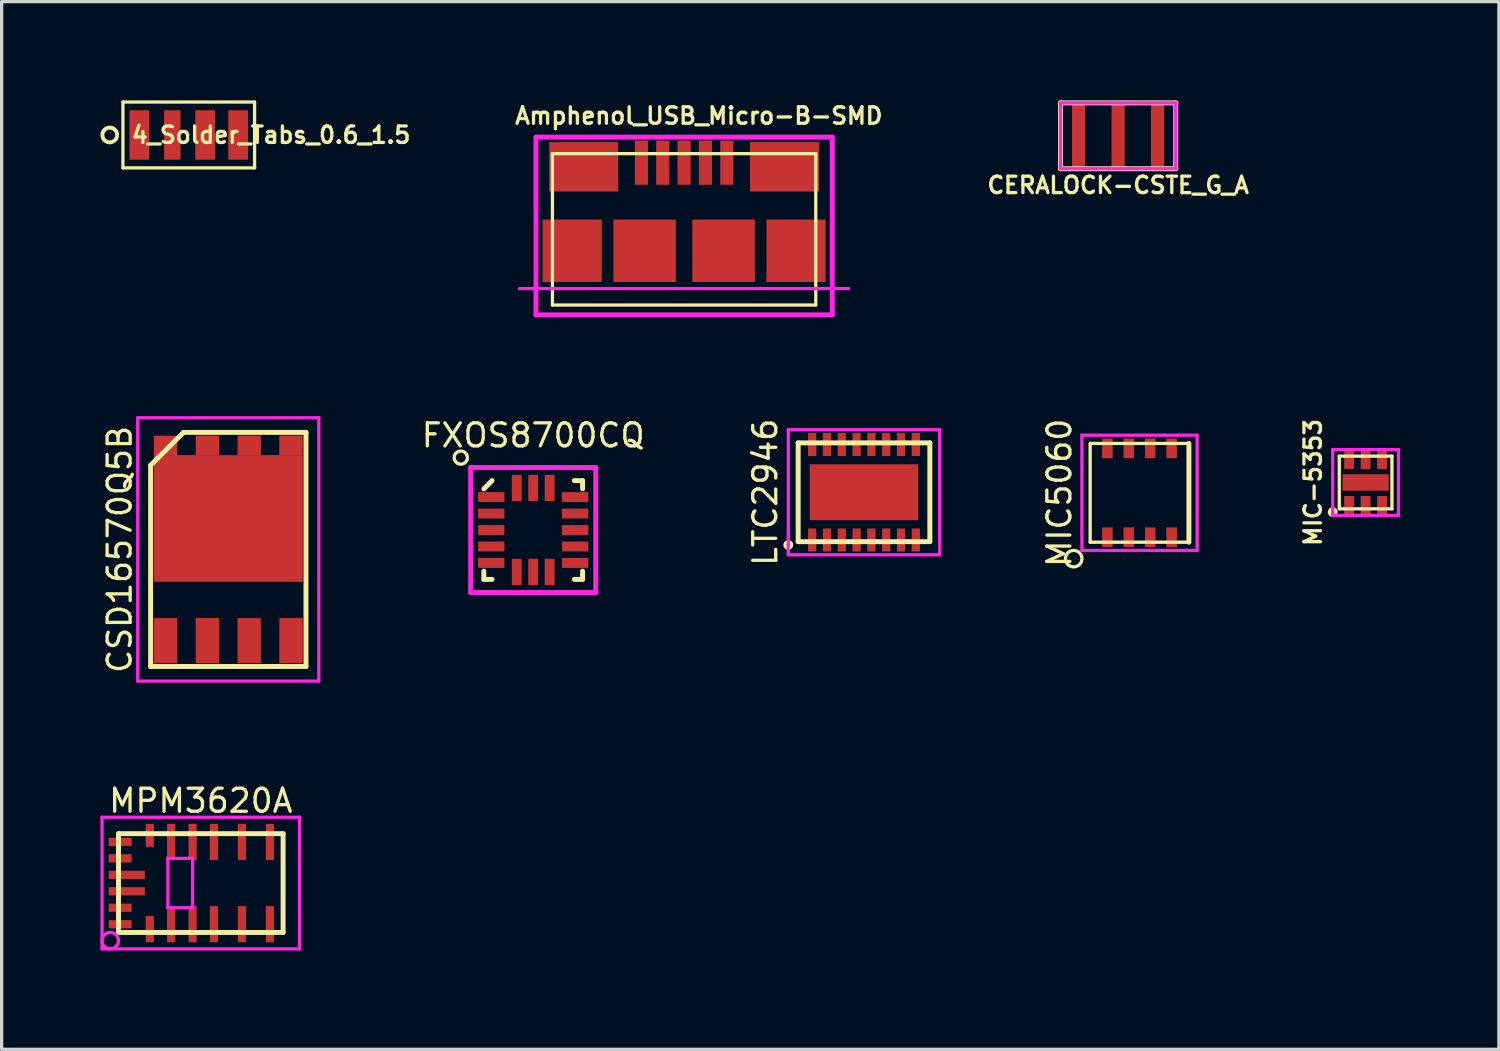
<source format=kicad_pcb>
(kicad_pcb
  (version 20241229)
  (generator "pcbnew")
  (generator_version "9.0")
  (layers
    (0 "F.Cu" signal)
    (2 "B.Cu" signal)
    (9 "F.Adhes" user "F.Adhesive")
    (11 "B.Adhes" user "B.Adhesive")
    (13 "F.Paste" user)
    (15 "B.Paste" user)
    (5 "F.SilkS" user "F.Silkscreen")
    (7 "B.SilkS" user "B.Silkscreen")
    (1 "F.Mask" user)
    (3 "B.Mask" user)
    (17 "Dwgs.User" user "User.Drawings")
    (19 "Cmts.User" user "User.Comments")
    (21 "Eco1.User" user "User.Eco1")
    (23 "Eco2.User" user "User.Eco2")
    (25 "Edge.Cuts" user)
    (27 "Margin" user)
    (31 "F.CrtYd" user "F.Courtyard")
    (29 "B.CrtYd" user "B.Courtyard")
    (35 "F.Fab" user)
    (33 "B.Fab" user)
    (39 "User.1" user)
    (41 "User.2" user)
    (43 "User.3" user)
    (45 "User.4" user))
  (footprint "LTC2946"
    (layer "F.Cu")
    (at 23.197 11.904)
    (property "Reference" "LTC2946" (at -3 0 90) (layer "F.SilkS") (effects (font (size 0.7 0.7) (thickness 0.1))))
    (attr through_hole)
    (fp_line (start -2 -1.5) (end -2 1.5) (stroke (width 0.15) (type solid)) (layer "F.SilkS"))
    (fp_line (start -2 1.5) (end 2 1.5) (stroke (width 0.15) (type solid)) (layer "F.SilkS"))
    (fp_line (start 2 -1.5) (end -2 -1.5) (stroke (width 0.15) (type solid)) (layer "F.SilkS"))
    (fp_line (start 2 1.5) (end 2 -1.5) (stroke (width 0.15) (type solid)) (layer "F.SilkS"))
    (fp_circle (center -2.3 1.6) (end -2.4 1.6) (stroke (width 0.1) (type solid)) (fill no) (layer "F.SilkS"))
    (fp_line (start -2.3 -1.9) (end 2.3 -1.9) (stroke (width 0.1) (type solid)) (layer "F.CrtYd"))
    (fp_line (start -2.3 1.9) (end -2.3 -1.9) (stroke (width 0.1) (type solid)) (layer "F.CrtYd"))
    (fp_line (start 2.3 -1.9) (end 2.3 1.9) (stroke (width 0.1) (type solid)) (layer "F.CrtYd"))
    (fp_line (start 2.3 1.9) (end -2.3 1.9) (stroke (width 0.1) (type solid)) (layer "F.CrtYd"))
    (pad "1" smd rect (at -1.575 1.45) (size 0.25 0.7) (layers "F.Cu" "F.Mask" "F.Paste"))
    (pad "2" smd rect (at -1.125 1.45) (size 0.25 0.7) (layers "F.Cu" "F.Mask" "F.Paste"))
    (pad "3" smd rect (at -0.675 1.45) (size 0.25 0.7) (layers "F.Cu" "F.Mask" "F.Paste"))
    (pad "4" smd rect (at -0.225 1.45) (size 0.25 0.7) (layers "F.Cu" "F.Mask" "F.Paste"))
    (pad "5" smd rect (at 0.225 1.45) (size 0.25 0.7) (layers "F.Cu" "F.Mask" "F.Paste"))
    (pad "6" smd rect (at 0.675 1.45) (size 0.25 0.7) (layers "F.Cu" "F.Mask" "F.Paste"))
    (pad "7" smd rect (at 1.125 1.45) (size 0.25 0.7) (layers "F.Cu" "F.Mask" "F.Paste"))
    (pad "8" smd rect (at 1.575 1.45) (size 0.25 0.7) (layers "F.Cu" "F.Mask" "F.Paste"))
    (pad "9" smd rect (at 1.575 -1.45) (size 0.25 0.7) (layers "F.Cu" "F.Mask" "F.Paste"))
    (pad "10" smd rect (at 1.125 -1.45) (size 0.25 0.7) (layers "F.Cu" "F.Mask" "F.Paste"))
    (pad "11" smd rect (at 0.675 -1.45) (size 0.25 0.7) (layers "F.Cu" "F.Mask" "F.Paste"))
    (pad "12" smd rect (at 0.225 -1.45) (size 0.25 0.7) (layers "F.Cu" "F.Mask" "F.Paste"))
    (pad "13" smd rect (at -0.225 -1.45) (size 0.25 0.7) (layers "F.Cu" "F.Mask" "F.Paste"))
    (pad "14" smd rect (at -0.675 -1.45) (size 0.25 0.7) (layers "F.Cu" "F.Mask" "F.Paste"))
    (pad "15" smd rect (at -1.125 -1.45) (size 0.25 0.7) (layers "F.Cu" "F.Mask" "F.Paste"))
    (pad "16" smd rect (at -1.575 -1.45) (size 0.25 0.7) (layers "F.Cu" "F.Mask" "F.Paste"))
    (pad "17" smd rect (at 0 0) (size 3.3 1.7) (layers "F.Cu" "F.Mask" "F.Paste")))
  (footprint "CSD16570Q5B"
    (layer "F.Cu")
    (at 3.885 13.641)
    (property "Reference" "CSD16570Q5B" (at -3.3 0 90) (layer "F.SilkS") (effects (font (size 0.7 0.7) (thickness 0.1))))
    (attr through_hole)
    (fp_line (start -2.36 -2.556) (end -2.36 3.556) (stroke (width 0.15) (type solid)) (layer "F.SilkS"))
    (fp_line (start -2.36 3.556) (end 2.36 3.556) (stroke (width 0.15) (type solid)) (layer "F.SilkS"))
    (fp_line (start -1.36 -3.556) (end -2.36 -2.556) (stroke (width 0.15) (type solid)) (layer "F.SilkS"))
    (fp_line (start 2.36 -3.556) (end -1.36 -3.556) (stroke (width 0.15) (type solid)) (layer "F.SilkS"))
    (fp_line (start 2.36 3.556) (end 2.36 -3.556) (stroke (width 0.15) (type solid)) (layer "F.SilkS"))
    (fp_line (start -2.75 -4) (end 2.75 -4) (stroke (width 0.1) (type solid)) (layer "F.CrtYd"))
    (fp_line (start -2.75 4) (end -2.75 -4) (stroke (width 0.1) (type solid)) (layer "F.CrtYd"))
    (fp_line (start 2.75 -4) (end 2.75 4) (stroke (width 0.1) (type solid)) (layer "F.CrtYd"))
    (fp_line (start 2.75 4) (end -2.75 4) (stroke (width 0.1) (type solid)) (layer "F.CrtYd"))
    (pad "1" smd rect (at -1.905 2.77) (size 0.71 1.372) (layers "F.Cu" "F.Mask" "F.Paste"))
    (pad "2" smd rect (at -0.635 2.77) (size 0.71 1.372) (layers "F.Cu" "F.Mask" "F.Paste"))
    (pad "3" smd rect (at 0.635 2.77) (size 0.71 1.372) (layers "F.Cu" "F.Mask" "F.Paste"))
    (pad "4" smd rect (at 1.905 2.77) (size 0.71 1.372) (layers "F.Cu" "F.Mask" "F.Paste"))
    (pad "5" smd rect (at 1.905 -3.161) (size 0.71 0.59) (layers "F.Cu" "F.Mask" "F.Paste"))
    (pad "6" smd rect (at 0.635 -3.161) (size 0.71 0.59) (layers "F.Cu" "F.Mask" "F.Paste"))
    (pad "7" smd rect (at -0.635 -3.161) (size 0.71 0.59) (layers "F.Cu" "F.Mask" "F.Paste"))
    (pad "8" smd rect (at -1.905 -3.161) (size 0.71 0.59) (layers "F.Cu" "F.Mask" "F.Paste"))
    (pad "9" smd rect (at 0 -0.941) (size 4.52 3.85) (layers "F.Cu" "F.Mask" "F.Paste")))
  (footprint "CERALOCK-CSTE_G_A"
    (layer "F.Cu")
    (at 30.917 1.075)
    (property "Reference" "CERALOCK-CSTE_G_A" (at 0 1.5 0) (layer "F.SilkS") (effects (font (size 0.5 0.5) (thickness 0.1))))
    (attr through_hole)
    (fp_line (start -1.75 -1) (end -1.75 1) (stroke (width 0.15) (type solid)) (layer "F.SilkS"))
    (fp_line (start -1.75 1) (end 1.75 1) (stroke (width 0.15) (type solid)) (layer "F.SilkS"))
    (fp_line (start 1.75 -1) (end -1.75 -1) (stroke (width 0.15) (type solid)) (layer "F.SilkS"))
    (fp_line (start 1.75 1) (end 1.75 -1) (stroke (width 0.15) (type solid)) (layer "F.SilkS"))
    (fp_line (start -1.75 -1) (end 1.75 -1) (stroke (width 0.1) (type solid)) (layer "F.CrtYd"))
    (fp_line (start -1.75 1) (end -1.75 -1) (stroke (width 0.1) (type solid)) (layer "F.CrtYd"))
    (fp_line (start 1.75 -1) (end 1.75 1) (stroke (width 0.1) (type solid)) (layer "F.CrtYd"))
    (fp_line (start 1.75 1) (end -1.75 1) (stroke (width 0.1) (type solid)) (layer "F.CrtYd"))
    (pad "1" smd rect (at -1.2 0) (size 0.4 2) (layers "F.Cu" "F.Mask" "F.Paste"))
    (pad "2" smd rect (at 0 0) (size 0.4 2) (layers "F.Cu" "F.Mask" "F.Paste"))
    (pad "3" smd rect (at 1.2 0) (size 0.4 2) (layers "F.Cu" "F.Mask" "F.Paste")))
  (footprint "MIC-5353"
    (layer "F.Cu")
    (at 38.435 11.607)
    (property "Reference" "MIC-5353" (at -1.6 0 90) (layer "F.SilkS") (effects (font (size 0.5 0.5) (thickness 0.1))))
    (attr through_hole)
    (fp_line (start -0.8 -0.8) (end -0.8 0.8) (stroke (width 0.1) (type solid)) (layer "F.SilkS"))
    (fp_line (start -0.8 0.8) (end 0.8 0.8) (stroke (width 0.1) (type solid)) (layer "F.SilkS"))
    (fp_line (start 0.8 -0.8) (end -0.8 -0.8) (stroke (width 0.1) (type solid)) (layer "F.SilkS"))
    (fp_line (start 0.8 0.8) (end 0.8 -0.8) (stroke (width 0.1) (type solid)) (layer "F.SilkS"))
    (fp_circle (center -1 0.9) (end -1.1 0.9) (stroke (width 0.1) (type solid)) (fill no) (layer "F.SilkS"))
    (fp_line (start -1 -1) (end 1 -1) (stroke (width 0.1) (type solid)) (layer "F.CrtYd"))
    (fp_line (start -1 1) (end -1 -1) (stroke (width 0.1) (type solid)) (layer "F.CrtYd"))
    (fp_line (start 1 -1) (end 1 1) (stroke (width 0.1) (type solid)) (layer "F.CrtYd"))
    (fp_line (start 1 1) (end -1 1) (stroke (width 0.1) (type solid)) (layer "F.CrtYd"))
    (pad "1" smd rect (at -0.5 0.71) (size 0.3 0.6) (layers "F.Cu" "F.Mask" "F.Paste"))
    (pad "2" smd rect (at 0 0.71) (size 0.3 0.6) (layers "F.Cu" "F.Mask" "F.Paste"))
    (pad "3" smd rect (at 0.5 0.71) (size 0.3 0.6) (layers "F.Cu" "F.Mask" "F.Paste"))
    (pad "4" smd rect (at 0.5 -0.71) (size 0.3 0.6) (layers "F.Cu" "F.Mask" "F.Paste"))
    (pad "5" smd rect (at 0 -0.71) (size 0.3 0.6) (layers "F.Cu" "F.Mask" "F.Paste"))
    (pad "6" smd rect (at -0.5 -0.71) (size 0.3 0.6) (layers "F.Cu" "F.Mask" "F.Paste"))
    (pad "7" smd rect (at 0 0) (size 1.4 0.5) (layers "F.Cu" "F.Mask" "F.Paste")))
  (footprint "MIC5060"
    (layer "F.Cu")
    (at 31.567 11.921)
    (property "Reference" "MIC5060" (at -2.435 0 90) (layer "F.SilkS") (effects (font (size 0.7 0.7) (thickness 0.1))))
    (attr through_hole)
    (fp_line (start -1.5 -1.5) (end -1.5 1.5) (stroke (width 0.1) (type solid)) (layer "F.SilkS"))
    (fp_line (start -1.5 1.5) (end 1.5 1.5) (stroke (width 0.1) (type solid)) (layer "F.SilkS"))
    (fp_line (start 1.5 -1.5) (end -1.5 -1.5) (stroke (width 0.1) (type solid)) (layer "F.SilkS"))
    (fp_line (start 1.5 1.5) (end 1.5 -1.5) (stroke (width 0.15) (type solid)) (layer "F.SilkS"))
    (fp_circle (center -2 2) (end -1.75 2) (stroke (width 0.1) (type solid)) (fill no) (layer "F.SilkS"))
    (fp_line (start -1.75 -1.75) (end 1.75 -1.75) (stroke (width 0.1) (type solid)) (layer "F.CrtYd"))
    (fp_line (start -1.75 1.75) (end -1.75 -1.75) (stroke (width 0.1) (type solid)) (layer "F.CrtYd"))
    (fp_line (start 1.75 -1.75) (end 1.75 1.75) (stroke (width 0.1) (type solid)) (layer "F.CrtYd"))
    (fp_line (start 1.75 1.75) (end -1.75 1.75) (stroke (width 0.1) (type solid)) (layer "F.CrtYd"))
    (pad "1" smd rect (at -0.975 1.35) (size 0.32 0.6) (layers "F.Cu" "F.Mask" "F.Paste"))
    (pad "2" smd rect (at -0.325 1.35) (size 0.32 0.6) (layers "F.Cu" "F.Mask" "F.Paste"))
    (pad "3" smd rect (at 0.325 1.35) (size 0.32 0.6) (layers "F.Cu" "F.Mask" "F.Paste"))
    (pad "4" smd rect (at 0.975 1.35) (size 0.32 0.6) (layers "F.Cu" "F.Mask" "F.Paste"))
    (pad "5" smd rect (at 0.975 -1.35) (size 0.32 0.6) (layers "F.Cu" "F.Mask" "F.Paste"))
    (pad "6" smd rect (at 0.325 -1.35) (size 0.32 0.6) (layers "F.Cu" "F.Mask" "F.Paste"))
    (pad "7" smd rect (at -0.325 -1.35) (size 0.32 0.6) (layers "F.Cu" "F.Mask" "F.Paste"))
    (pad "8" smd rect (at -0.975 -1.35) (size 0.32 0.6) (layers "F.Cu" "F.Mask" "F.Paste")))
  (footprint "FXOS8700CQ"
    (layer "F.Cu")
    (at 13.148 13.051)
    (property "Reference" "FXOS8700CQ" (at 0 -2.875 0) (layer "F.SilkS") (effects (font (size 0.7 0.7) (thickness 0.1))))
    (attr through_hole)
    (fp_line (start -1.5 -1.25) (end -1.25 -1.5) (stroke (width 0.15) (type solid)) (layer "F.SilkS"))
    (fp_line (start -1.5 1.5) (end -1.5 1.25) (stroke (width 0.15) (type solid)) (layer "F.SilkS"))
    (fp_line (start -1.25 1.5) (end -1.5 1.5) (stroke (width 0.15) (type solid)) (layer "F.SilkS"))
    (fp_line (start 1.25 -1.5) (end 1.5 -1.5) (stroke (width 0.15) (type solid)) (layer "F.SilkS"))
    (fp_line (start 1.25 1.5) (end 1.5 1.5) (stroke (width 0.15) (type solid)) (layer "F.SilkS"))
    (fp_line (start 1.5 -1.5) (end 1.5 -1.25) (stroke (width 0.15) (type solid)) (layer "F.SilkS"))
    (fp_line (start 1.5 1.5) (end 1.5 1.25) (stroke (width 0.15) (type solid)) (layer "F.SilkS"))
    (fp_circle (center -2.2 -2.2) (end -2.4 -2.2) (stroke (width 0.1) (type solid)) (fill no) (layer "F.SilkS"))
    (fp_line (start -1.9 -1.9) (end 1.9 -1.9) (stroke (width 0.15) (type solid)) (layer "F.CrtYd"))
    (fp_line (start -1.9 1.9) (end -1.9 -1.9) (stroke (width 0.15) (type solid)) (layer "F.CrtYd"))
    (fp_line (start 1.9 -1.9) (end 1.9 1.9) (stroke (width 0.15) (type solid)) (layer "F.CrtYd"))
    (fp_line (start 1.9 1.9) (end -1.9 1.9) (stroke (width 0.15) (type solid)) (layer "F.CrtYd"))
    (pad "1" smd rect (at -1.275 -1 90) (size 0.3 0.8) (layers "F.Cu" "F.Mask" "F.Paste"))
    (pad "2" smd rect (at -1.275 -0.5 90) (size 0.3 0.8) (layers "F.Cu" "F.Mask" "F.Paste"))
    (pad "3" smd rect (at -1.275 0 90) (size 0.3 0.8) (layers "F.Cu" "F.Mask" "F.Paste"))
    (pad "4" smd rect (at -1.275 0.5 90) (size 0.3 0.8) (layers "F.Cu" "F.Mask" "F.Paste"))
    (pad "5" smd rect (at -1.275 1 90) (size 0.3 0.8) (layers "F.Cu" "F.Mask" "F.Paste"))
    (pad "6" smd rect (at -0.5 1.275) (size 0.3 0.8) (layers "F.Cu" "F.Mask" "F.Paste"))
    (pad "7" smd rect (at 0 1.275) (size 0.3 0.8) (layers "F.Cu" "F.Mask" "F.Paste"))
    (pad "8" smd rect (at 0.5 1.275) (size 0.3 0.8) (layers "F.Cu" "F.Mask" "F.Paste"))
    (pad "9" smd rect (at 1.275 1 90) (size 0.3 0.8) (layers "F.Cu" "F.Mask" "F.Paste"))
    (pad "10" smd rect (at 1.275 0.5 90) (size 0.3 0.8) (layers "F.Cu" "F.Mask" "F.Paste"))
    (pad "11" smd rect (at 1.275 0 90) (size 0.3 0.8) (layers "F.Cu" "F.Mask" "F.Paste"))
    (pad "12" smd rect (at 1.275 -0.5 90) (size 0.3 0.8) (layers "F.Cu" "F.Mask" "F.Paste"))
    (pad "13" smd rect (at 1.275 -1 90) (size 0.3 0.8) (layers "F.Cu" "F.Mask" "F.Paste"))
    (pad "14" smd rect (at 0.5 -1.275) (size 0.3 0.8) (layers "F.Cu" "F.Mask" "F.Paste"))
    (pad "15" smd rect (at 0 -1.275) (size 0.3 0.8) (layers "F.Cu" "F.Mask" "F.Paste"))
    (pad "16" smd rect (at -0.5 -1.275) (size 0.3 0.8) (layers "F.Cu" "F.Mask" "F.Paste")))
  (footprint "Amphenol_USB_Micro-B-SMD"
    (layer "F.Cu")
    (at 17.732 6.016)
    (property "Reference" "Amphenol_USB_Micro-B-SMD" (at 0.449 -5.548 0) (layer "F.SilkS") (effects (font (size 0.5 0.5) (thickness 0.1))))
    (attr through_hole)
    (fp_line (start -4 -4.399) (end 4 -4.399) (stroke (width 0.099) (type solid)) (layer "F.SilkS"))
    (fp_line (start -4 0.2) (end -4 -4.399) (stroke (width 0.099) (type solid)) (layer "F.SilkS"))
    (fp_line (start 4 0.2) (end -4 0.2) (stroke (width 0.099) (type solid)) (layer "F.SilkS"))
    (fp_line (start 4 -4.399) (end 4 0.2) (stroke (width 0.099) (type solid)) (layer "F.SilkS"))
    (fp_line (start -5 -0.3) (end 5 -0.3) (stroke (width 0.1) (type solid)) (layer "F.CrtYd"))
    (fp_line (start -4.5 -4.9) (end -4.5 0.5) (stroke (width 0.15) (type solid)) (layer "F.CrtYd"))
    (fp_line (start -4.5 0.5) (end 4.5 0.5) (stroke (width 0.15) (type solid)) (layer "F.CrtYd"))
    (fp_line (start 4.5 -4.9) (end -4.5 -4.9) (stroke (width 0.15) (type solid)) (layer "F.CrtYd"))
    (fp_line (start 4.5 0.5) (end 4.5 -4.9) (stroke (width 0.15) (type solid)) (layer "F.CrtYd"))
    (pad "1" smd rect (at -1.298 -4.125) (size 0.399 1.346) (layers "F.Cu" "F.Mask" "F.Paste"))
    (pad "2" smd rect (at -0.648 -4.125) (size 0.399 1.346) (layers "F.Cu" "F.Mask" "F.Paste"))
    (pad "3" smd rect (at 0 -4.125) (size 0.399 1.346) (layers "F.Cu" "F.Mask" "F.Paste"))
    (pad "4" smd rect (at 0.648 -4.125) (size 0.399 1.346) (layers "F.Cu" "F.Mask" "F.Paste"))
    (pad "5" smd rect (at 1.298 -4.125) (size 0.399 1.346) (layers "F.Cu" "F.Mask" "F.Paste"))
    (pad "6" smd rect (at -3.4 -1.448) (size 1.796 1.897) (layers "F.Cu" "F.Mask" "F.Paste"))
    (pad "6" smd rect (at -3.05 -3.998) (size 2.095 1.5) (layers "F.Cu" "F.Mask" "F.Paste"))
    (pad "6" smd rect (at -1.199 -1.448) (size 1.897 1.897) (layers "F.Cu" "F.Mask" "F.Paste"))
    (pad "6" smd rect (at 1.199 -1.448) (size 1.9 1.897) (layers "F.Cu" "F.Mask" "F.Paste"))
    (pad "6" smd rect (at 3.05 -3.998) (size 2.095 1.5) (layers "F.Cu" "F.Mask" "F.Paste"))
    (pad "6" smd rect (at 3.4 -1.448) (size 1.796 1.897) (layers "F.Cu" "F.Mask" "F.Paste")))
  (footprint "MPM3620A"
    (layer "F.Cu")
    (at 3.05 23.776)
    (property "Reference" "MPM3620A" (at 0 -2.5 180) (layer "F.SilkS") (effects (font (size 0.7 0.7) (thickness 0.1))))
    (attr through_hole)
    (fp_line (start -2.5 -1.5) (end -2.5 1.5) (stroke (width 0.15) (type solid)) (layer "F.SilkS"))
    (fp_line (start -2.5 1.5) (end 2.5 1.5) (stroke (width 0.15) (type solid)) (layer "F.SilkS"))
    (fp_line (start 2.5 -1.5) (end -2.5 -1.5) (stroke (width 0.15) (type solid)) (layer "F.SilkS"))
    (fp_line (start 2.5 1.5) (end 2.5 -1.5) (stroke (width 0.15) (type solid)) (layer "F.SilkS"))
    (fp_line (start -3 -2) (end 3 -2) (stroke (width 0.1) (type solid)) (layer "F.CrtYd"))
    (fp_line (start -3 2) (end -3 -2) (stroke (width 0.1) (type solid)) (layer "F.CrtYd"))
    (fp_line (start -1 -0.75) (end -0.25 -0.75) (stroke (width 0.1) (type solid)) (layer "F.CrtYd"))
    (fp_line (start -1 0.75) (end -1 -0.75) (stroke (width 0.1) (type solid)) (layer "F.CrtYd"))
    (fp_line (start -0.25 -0.75) (end -0.25 0.75) (stroke (width 0.1) (type solid)) (layer "F.CrtYd"))
    (fp_line (start -0.25 0.75) (end -1 0.75) (stroke (width 0.1) (type solid)) (layer "F.CrtYd"))
    (fp_line (start 3 -2) (end 3 2) (stroke (width 0.1) (type solid)) (layer "F.CrtYd"))
    (fp_line (start 3 2) (end -3 2) (stroke (width 0.1) (type solid)) (layer "F.CrtYd"))
    (fp_circle (center -2.75 1.75) (end -3 1.75) (stroke (width 0.1) (type solid)) (fill no) (layer "F.CrtYd"))
    (pad "1" smd rect (at -1.55 1.4) (size 0.25 0.8) (layers "F.Cu" "F.Mask" "F.Paste"))
    (pad "2" smd rect (at -0.9 1.25) (size 0.25 1.1) (layers "F.Cu" "F.Mask" "F.Paste"))
    (pad "3" smd rect (at -0.25 1.25) (size 0.25 1.1) (layers "F.Cu" "F.Mask" "F.Paste"))
    (pad "4" smd rect (at 0.4 1.25) (size 0.25 1.1) (layers "F.Cu" "F.Mask" "F.Paste"))
    (pad "5" smd rect (at 1.25 1.25) (size 0.25 1.1) (layers "F.Cu" "F.Mask" "F.Paste"))
    (pad "6" smd rect (at 2.1 1.25) (size 0.25 1.1) (layers "F.Cu" "F.Mask" "F.Paste"))
    (pad "7" smd rect (at 2.1 -1.25) (size 0.25 1.1) (layers "F.Cu" "F.Mask" "F.Paste"))
    (pad "8" smd rect (at 1.25 -1.25) (size 0.25 1.1) (layers "F.Cu" "F.Mask" "F.Paste"))
    (pad "9" smd rect (at 0.4 -1.25) (size 0.25 1.1) (layers "F.Cu" "F.Mask" "F.Paste"))
    (pad "10" smd rect (at -0.25 -1.25) (size 0.25 1.1) (layers "F.Cu" "F.Mask" "F.Paste"))
    (pad "11" smd rect (at -0.9 -1.25) (size 0.25 1.1) (layers "F.Cu" "F.Mask" "F.Paste"))
    (pad "12" smd rect (at -1.55 -1.45) (size 0.25 0.7) (layers "F.Cu" "F.Mask" "F.Paste"))
    (pad "13" smd rect (at -2.45 -1.25) (size 0.7 0.25) (layers "F.Cu" "F.Mask" "F.Paste"))
    (pad "14" smd rect (at -2.45 -0.75) (size 0.7 0.25) (layers "F.Cu" "F.Mask" "F.Paste"))
    (pad "15" smd rect (at -2.25 -0.25) (size 1.1 0.25) (layers "F.Cu" "F.Mask" "F.Paste"))
    (pad "16" smd rect (at -2.25 0.25) (size 1.1 0.25) (layers "F.Cu" "F.Mask" "F.Paste"))
    (pad "17" smd rect (at -2.45 0.75) (size 0.7 0.25) (layers "F.Cu" "F.Mask" "F.Paste"))
    (pad "18" smd rect (at -2.45 1.25) (size 0.7 0.25) (layers "F.Cu" "F.Mask" "F.Paste")))
  (footprint "4_Solder_Tabs_0.6_1.5"
    (layer "F.Cu")
    (at 2.684 1.05)
    (property "Reference" "4_Solder_Tabs_0.6_1.5" (at 2.5 0 0) (layer "F.SilkS") (effects (font (size 0.5 0.5) (thickness 0.1))))
    (attr smd)
    (fp_line (start -2 -1) (end 2 -1) (stroke (width 0.1) (type solid)) (layer "F.SilkS"))
    (fp_line (start -2 1) (end -2 -1) (stroke (width 0.1) (type solid)) (layer "F.SilkS"))
    (fp_line (start 2 -1) (end 2 1) (stroke (width 0.1) (type solid)) (layer "F.SilkS"))
    (fp_line (start 2 1) (end -2 1) (stroke (width 0.1) (type solid)) (layer "F.SilkS"))
    (fp_circle (center -2.4 0) (end -2.3 -0.2) (stroke (width 0.12) (type solid)) (fill no) (layer "F.SilkS"))
    (pad "1" smd rect (at -1.5 0) (size 0.6 1.5) (layers "F.Cu" "F.Mask" "F.Paste"))
    (pad "2" smd rect (at -0.5 0) (size 0.5 1.5) (layers "F.Cu" "F.Mask" "F.Paste"))
    (pad "3" smd rect (at 0.5 0) (size 0.6 1.5) (layers "F.Cu" "F.Mask" "F.Paste"))
    (pad "4" smd rect (at 1.5 0) (size 0.6 1.5) (layers "F.Cu" "F.Mask" "F.Paste")))
  (gr_rect
    (start -3 -3)
    (end 42.485 28.826)
    (stroke (width 0.1) (type default))
    (fill no)
    (layer "Edge.Cuts")))
</source>
